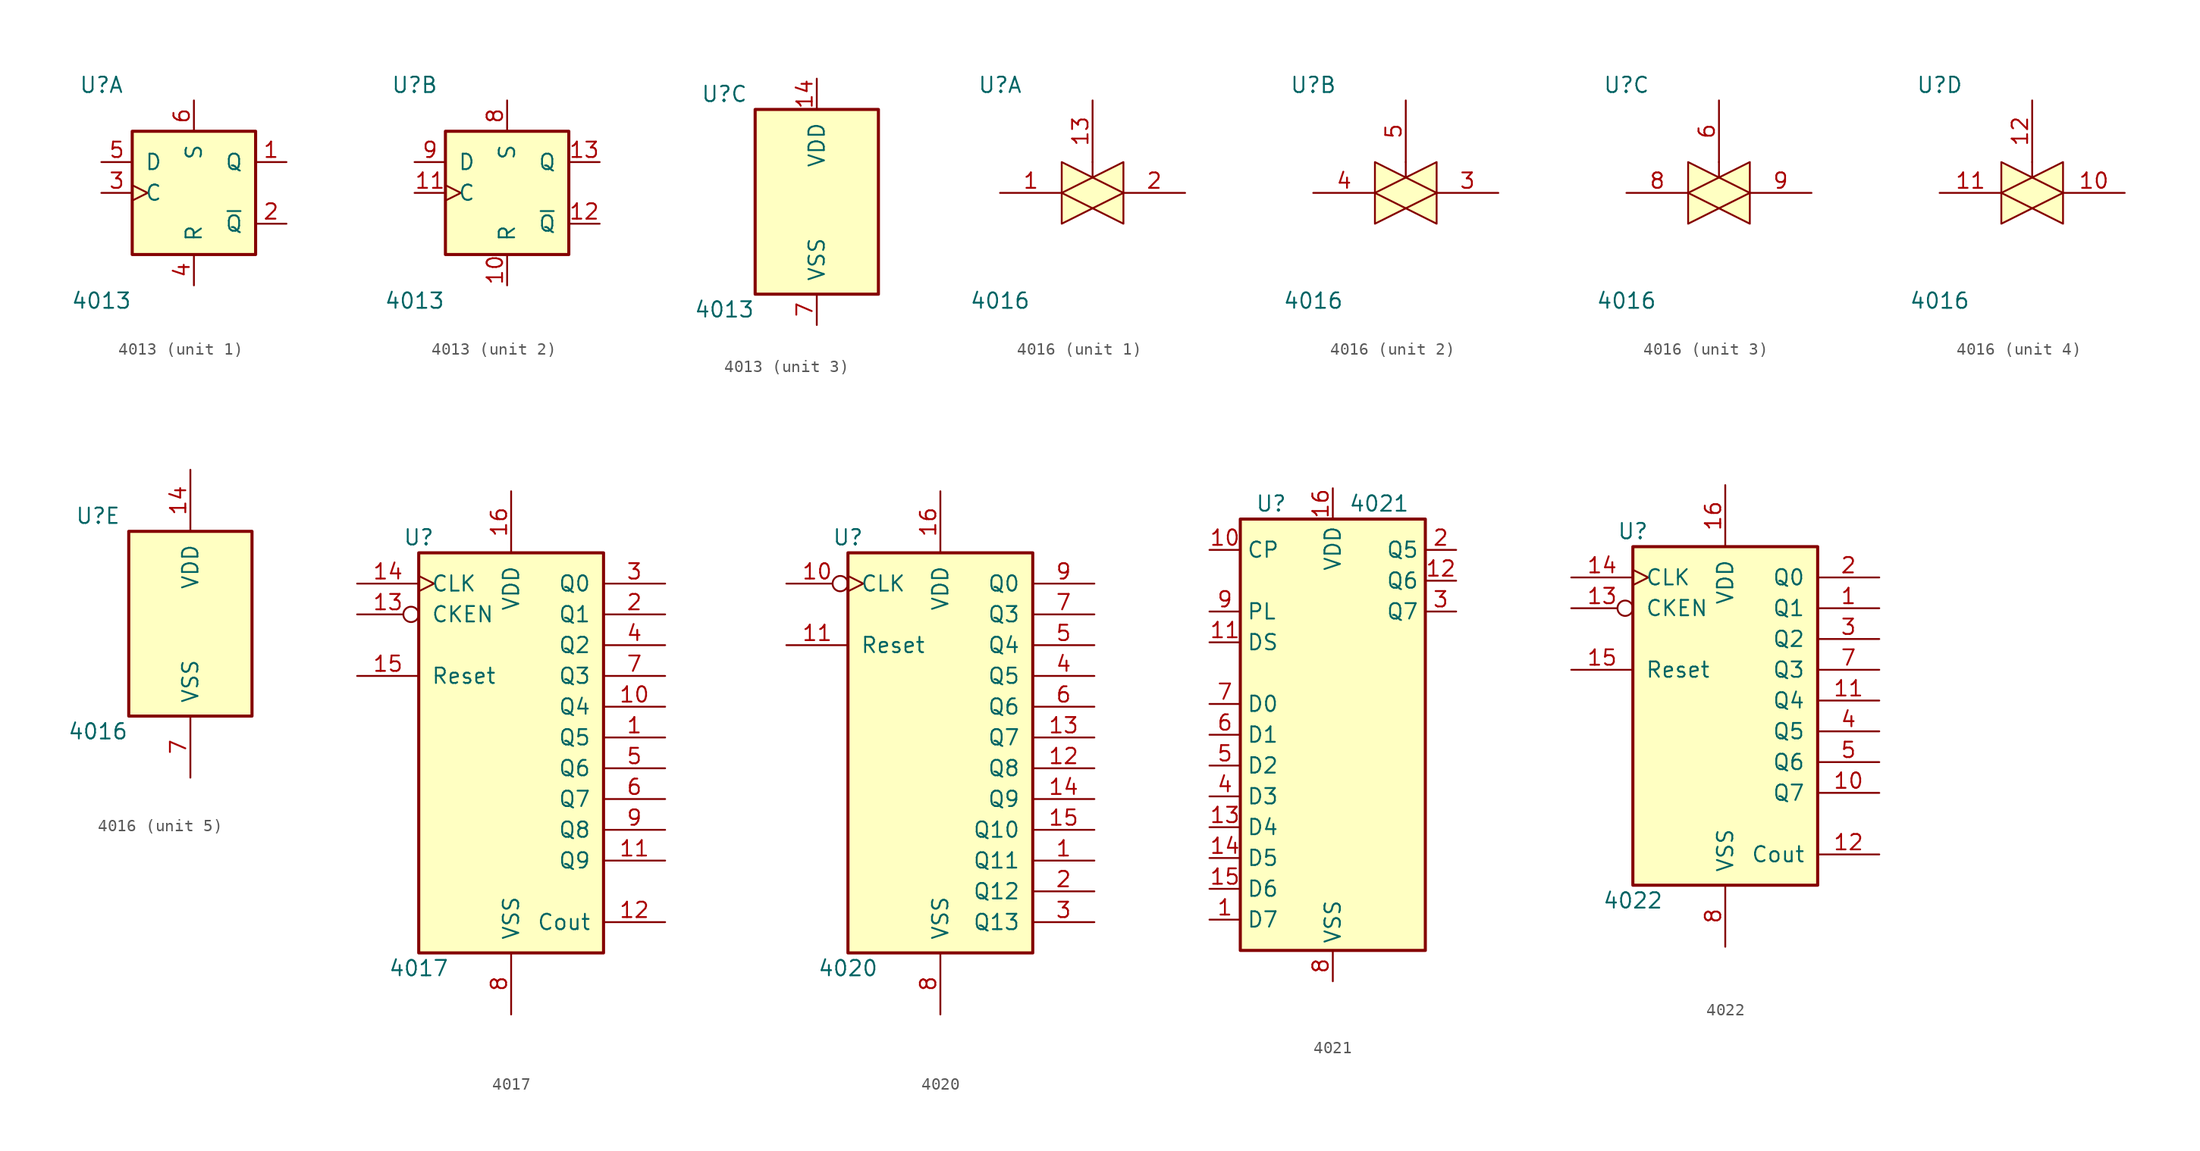
<source format=kicad_sym>
(kicad_symbol_lib
  (version 20241209)
  (generator "kicad_symbol_editor")
  (generator_version "9.0")
  (symbol "4013"
    (pin_names
      (offset 1.016))
    (property "Reference" "U"
      (at -7.62 8.89 0)
      (effects (font (size 1.27 1.27))))
    (property "Value" "4013"
      (at -7.62 -8.89 0)
      (effects (font (size 1.27 1.27))))
    (property "ki_locked" ""
      (at 0 0 0)
      (effects (font (size 1.27 1.27))))
    (symbol "4013_1_1"
      (rectangle (start -5.08 5.08) (end 5.08 -5.08) (stroke (width 0.254) (type default)) (fill (type background)))
      (pin input line (at -7.62 2.54 0) (length 2.54) (name "D" (effects (font (size 1.27 1.27)))) (number "5" (effects (font (size 1.27 1.27)))))
      (pin input clock (at -7.62 0 0) (length 2.54) (name "C" (effects (font (size 1.27 1.27)))) (number "3" (effects (font (size 1.27 1.27)))))
      (pin input line (at 0 7.62 270) (length 2.54) (name "S" (effects (font (size 1.27 1.27)))) (number "6" (effects (font (size 1.27 1.27)))))
      (pin input line (at 0 -7.62 90) (length 2.54) (name "R" (effects (font (size 1.27 1.27)))) (number "4" (effects (font (size 1.27 1.27)))))
      (pin output line (at 7.62 2.54 180) (length 2.54) (name "Q" (effects (font (size 1.27 1.27)))) (number "1" (effects (font (size 1.27 1.27)))))
      (pin output line (at 7.62 -2.54 180) (length 2.54) (name "~{Q}" (effects (font (size 1.27 1.27)))) (number "2" (effects (font (size 1.27 1.27))))))
    (symbol "4013_2_1"
      (rectangle (start -5.08 5.08) (end 5.08 -5.08) (stroke (width 0.254) (type default)) (fill (type background)))
      (pin input line (at -7.62 2.54 0) (length 2.54) (name "D" (effects (font (size 1.27 1.27)))) (number "9" (effects (font (size 1.27 1.27)))))
      (pin input clock (at -7.62 0 0) (length 2.54) (name "C" (effects (font (size 1.27 1.27)))) (number "11" (effects (font (size 1.27 1.27)))))
      (pin input line (at 0 7.62 270) (length 2.54) (name "S" (effects (font (size 1.27 1.27)))) (number "8" (effects (font (size 1.27 1.27)))))
      (pin input line (at 0 -7.62 90) (length 2.54) (name "R" (effects (font (size 1.27 1.27)))) (number "10" (effects (font (size 1.27 1.27)))))
      (pin output line (at 7.62 2.54 180) (length 2.54) (name "Q" (effects (font (size 1.27 1.27)))) (number "13" (effects (font (size 1.27 1.27)))))
      (pin output line (at 7.62 -2.54 180) (length 2.54) (name "~{Q}" (effects (font (size 1.27 1.27)))) (number "12" (effects (font (size 1.27 1.27))))))
    (symbol "4013_3_0"
      (pin power_in line (at 0 10.16 270) (length 2.54) (name "VDD" (effects (font (size 1.27 1.27)))) (number "14" (effects (font (size 1.27 1.27)))))
      (pin power_in line (at 0 -10.16 90) (length 2.54) (name "VSS" (effects (font (size 1.27 1.27)))) (number "7" (effects (font (size 1.27 1.27))))))
    (symbol "4013_3_1"
      (rectangle (start -5.08 7.62) (end 5.08 -7.62) (stroke (width 0.254) (type default)) (fill (type background)))))
  (symbol "4016"
    (pin_names
      (offset 1.016))
    (property "Reference" "U"
      (at -7.62 8.89 0)
      (effects (font (size 1.27 1.27))))
    (property "Value" "4016"
      (at -7.62 -8.89 0)
      (effects (font (size 1.27 1.27))))
    (property "ki_locked" ""
      (at 0 0 0)
      (effects (font (size 1.27 1.27))))
    (symbol "4016_1_0"
      (polyline (pts (xy -2.54 2.54) (xy 2.54 0) (xy -2.54 -2.54) (xy -2.54 2.54)) (stroke (width 0) (type default)) (fill (type background)))
      (polyline (pts (xy -2.54 0) (xy 2.54 2.54) (xy 2.54 -2.54) (xy -2.54 0)) (stroke (width 0) (type default)) (fill (type background)))
      (polyline (pts (xy 0 1.27) (xy 0 2.54)) (stroke (width 0.152) (type default)) (fill (type none)))
      (pin passive line (at -7.62 0 0) (length 5.08) (name "~" (effects (font (size 1.27 1.27)))) (number "1" (effects (font (size 1.27 1.27)))))
      (pin input line (at 0 7.62 270) (length 5.08) (name "~" (effects (font (size 1.27 1.27)))) (number "13" (effects (font (size 1.27 1.27)))))
      (pin passive line (at 7.62 0 180) (length 5.08) (name "~" (effects (font (size 1.27 1.27)))) (number "2" (effects (font (size 1.27 1.27))))))
    (symbol "4016_2_0"
      (polyline (pts (xy -2.54 2.54) (xy 2.54 0) (xy -2.54 -2.54) (xy -2.54 2.54)) (stroke (width 0) (type default)) (fill (type background)))
      (polyline (pts (xy -2.54 0) (xy 2.54 2.54) (xy 2.54 -2.54) (xy -2.54 0)) (stroke (width 0) (type default)) (fill (type background)))
      (polyline (pts (xy 0 1.27) (xy 0 2.54)) (stroke (width 0.152) (type default)) (fill (type none)))
      (pin passive line (at -7.62 0 0) (length 5.08) (name "~" (effects (font (size 1.27 1.27)))) (number "4" (effects (font (size 1.27 1.27)))))
      (pin input line (at 0 7.62 270) (length 5.08) (name "~" (effects (font (size 1.27 1.27)))) (number "5" (effects (font (size 1.27 1.27)))))
      (pin passive line (at 7.62 0 180) (length 5.08) (name "~" (effects (font (size 1.27 1.27)))) (number "3" (effects (font (size 1.27 1.27))))))
    (symbol "4016_3_0"
      (polyline (pts (xy -2.54 2.54) (xy 2.54 0) (xy -2.54 -2.54) (xy -2.54 2.54)) (stroke (width 0) (type default)) (fill (type background)))
      (polyline (pts (xy -2.54 0) (xy 2.54 2.54) (xy 2.54 -2.54) (xy -2.54 0)) (stroke (width 0) (type default)) (fill (type background)))
      (polyline (pts (xy 0 1.27) (xy 0 2.54)) (stroke (width 0.152) (type default)) (fill (type none)))
      (pin passive line (at -7.62 0 0) (length 5.08) (name "~" (effects (font (size 1.27 1.27)))) (number "8" (effects (font (size 1.27 1.27)))))
      (pin input line (at 0 7.62 270) (length 5.08) (name "~" (effects (font (size 1.27 1.27)))) (number "6" (effects (font (size 1.27 1.27)))))
      (pin passive line (at 7.62 0 180) (length 5.08) (name "~" (effects (font (size 1.27 1.27)))) (number "9" (effects (font (size 1.27 1.27))))))
    (symbol "4016_4_0"
      (polyline (pts (xy -2.54 2.54) (xy 2.54 0) (xy -2.54 -2.54) (xy -2.54 2.54)) (stroke (width 0) (type default)) (fill (type background)))
      (polyline (pts (xy -2.54 0) (xy 2.54 2.54) (xy 2.54 -2.54) (xy -2.54 0)) (stroke (width 0) (type default)) (fill (type background)))
      (polyline (pts (xy 0 1.27) (xy 0 2.54)) (stroke (width 0.152) (type default)) (fill (type none)))
      (pin passive line (at -7.62 0 0) (length 5.08) (name "~" (effects (font (size 1.27 1.27)))) (number "11" (effects (font (size 1.27 1.27)))))
      (pin input line (at 0 7.62 270) (length 5.08) (name "~" (effects (font (size 1.27 1.27)))) (number "12" (effects (font (size 1.27 1.27)))))
      (pin passive line (at 7.62 0 180) (length 5.08) (name "~" (effects (font (size 1.27 1.27)))) (number "10" (effects (font (size 1.27 1.27))))))
    (symbol "4016_5_0"
      (pin power_in line (at 0 12.7 270) (length 5.08) (name "VDD" (effects (font (size 1.27 1.27)))) (number "14" (effects (font (size 1.27 1.27)))))
      (pin power_in line (at 0 -12.7 90) (length 5.08) (name "VSS" (effects (font (size 1.27 1.27)))) (number "7" (effects (font (size 1.27 1.27))))))
    (symbol "4016_5_1"
      (rectangle (start -5.08 7.62) (end 5.08 -7.62) (stroke (width 0.254) (type default)) (fill (type background)))))
  (symbol "4017"
    (pin_names
      (offset 1.016))
    (property "Reference" "U"
      (at -7.62 16.51 0)
      (effects (font (size 1.27 1.27))))
    (property "Value" "4017"
      (at -7.62 -19.05 0)
      (effects (font (size 1.27 1.27))))
    (property "ki_locked" ""
      (at 0 0 0)
      (effects (font (size 1.27 1.27))))
    (symbol "4017_1_0"
      (pin input clock (at -12.7 12.7 0) (length 5.08) (name "CLK" (effects (font (size 1.27 1.27)))) (number "14" (effects (font (size 1.27 1.27)))))
      (pin input inverted (at -12.7 10.16 0) (length 5.08) (name "CKEN" (effects (font (size 1.27 1.27)))) (number "13" (effects (font (size 1.27 1.27)))))
      (pin input line (at -12.7 5.08 0) (length 5.08) (name "Reset" (effects (font (size 1.27 1.27)))) (number "15" (effects (font (size 1.27 1.27)))))
      (pin power_in line (at 0 20.32 270) (length 5.08) (name "VDD" (effects (font (size 1.27 1.27)))) (number "16" (effects (font (size 1.27 1.27)))))
      (pin power_in line (at 0 -22.86 90) (length 5.08) (name "VSS" (effects (font (size 1.27 1.27)))) (number "8" (effects (font (size 1.27 1.27)))))
      (pin output line (at 12.7 12.7 180) (length 5.08) (name "Q0" (effects (font (size 1.27 1.27)))) (number "3" (effects (font (size 1.27 1.27)))))
      (pin output line (at 12.7 10.16 180) (length 5.08) (name "Q1" (effects (font (size 1.27 1.27)))) (number "2" (effects (font (size 1.27 1.27)))))
      (pin output line (at 12.7 7.62 180) (length 5.08) (name "Q2" (effects (font (size 1.27 1.27)))) (number "4" (effects (font (size 1.27 1.27)))))
      (pin output line (at 12.7 5.08 180) (length 5.08) (name "Q3" (effects (font (size 1.27 1.27)))) (number "7" (effects (font (size 1.27 1.27)))))
      (pin output line (at 12.7 2.54 180) (length 5.08) (name "Q4" (effects (font (size 1.27 1.27)))) (number "10" (effects (font (size 1.27 1.27)))))
      (pin output line (at 12.7 0 180) (length 5.08) (name "Q5" (effects (font (size 1.27 1.27)))) (number "1" (effects (font (size 1.27 1.27)))))
      (pin output line (at 12.7 -2.54 180) (length 5.08) (name "Q6" (effects (font (size 1.27 1.27)))) (number "5" (effects (font (size 1.27 1.27)))))
      (pin output line (at 12.7 -5.08 180) (length 5.08) (name "Q7" (effects (font (size 1.27 1.27)))) (number "6" (effects (font (size 1.27 1.27)))))
      (pin output line (at 12.7 -7.62 180) (length 5.08) (name "Q8" (effects (font (size 1.27 1.27)))) (number "9" (effects (font (size 1.27 1.27)))))
      (pin output line (at 12.7 -10.16 180) (length 5.08) (name "Q9" (effects (font (size 1.27 1.27)))) (number "11" (effects (font (size 1.27 1.27)))))
      (pin output line (at 12.7 -15.24 180) (length 5.08) (name "Cout" (effects (font (size 1.27 1.27)))) (number "12" (effects (font (size 1.27 1.27))))))
    (symbol "4017_1_1"
      (rectangle (start -7.62 15.24) (end 7.62 -17.78) (stroke (width 0.254) (type default)) (fill (type background)))))
  (symbol "4020"
    (pin_names
      (offset 1.016))
    (property "Reference" "U"
      (at -7.62 16.51 0)
      (effects (font (size 1.27 1.27))))
    (property "Value" "4020"
      (at -7.62 -19.05 0)
      (effects (font (size 1.27 1.27))))
    (property "ki_locked" ""
      (at 0 0 0)
      (effects (font (size 1.27 1.27))))
    (symbol "4020_1_0"
      (pin input inverted_clock (at -12.7 12.7 0) (length 5.08) (name "CLK" (effects (font (size 1.27 1.27)))) (number "10" (effects (font (size 1.27 1.27)))))
      (pin input line (at -12.7 7.62 0) (length 5.08) (name "Reset" (effects (font (size 1.27 1.27)))) (number "11" (effects (font (size 1.27 1.27)))))
      (pin power_in line (at 0 20.32 270) (length 5.08) (name "VDD" (effects (font (size 1.27 1.27)))) (number "16" (effects (font (size 1.27 1.27)))))
      (pin power_in line (at 0 -22.86 90) (length 5.08) (name "VSS" (effects (font (size 1.27 1.27)))) (number "8" (effects (font (size 1.27 1.27)))))
      (pin output line (at 12.7 12.7 180) (length 5.08) (name "Q0" (effects (font (size 1.27 1.27)))) (number "9" (effects (font (size 1.27 1.27)))))
      (pin output line (at 12.7 10.16 180) (length 5.08) (name "Q3" (effects (font (size 1.27 1.27)))) (number "7" (effects (font (size 1.27 1.27)))))
      (pin output line (at 12.7 7.62 180) (length 5.08) (name "Q4" (effects (font (size 1.27 1.27)))) (number "5" (effects (font (size 1.27 1.27)))))
      (pin output line (at 12.7 5.08 180) (length 5.08) (name "Q5" (effects (font (size 1.27 1.27)))) (number "4" (effects (font (size 1.27 1.27)))))
      (pin output line (at 12.7 2.54 180) (length 5.08) (name "Q6" (effects (font (size 1.27 1.27)))) (number "6" (effects (font (size 1.27 1.27)))))
      (pin output line (at 12.7 0 180) (length 5.08) (name "Q7" (effects (font (size 1.27 1.27)))) (number "13" (effects (font (size 1.27 1.27)))))
      (pin output line (at 12.7 -2.54 180) (length 5.08) (name "Q8" (effects (font (size 1.27 1.27)))) (number "12" (effects (font (size 1.27 1.27)))))
      (pin output line (at 12.7 -5.08 180) (length 5.08) (name "Q9" (effects (font (size 1.27 1.27)))) (number "14" (effects (font (size 1.27 1.27)))))
      (pin output line (at 12.7 -7.62 180) (length 5.08) (name "Q10" (effects (font (size 1.27 1.27)))) (number "15" (effects (font (size 1.27 1.27)))))
      (pin output line (at 12.7 -10.16 180) (length 5.08) (name "Q11" (effects (font (size 1.27 1.27)))) (number "1" (effects (font (size 1.27 1.27)))))
      (pin output line (at 12.7 -12.7 180) (length 5.08) (name "Q12" (effects (font (size 1.27 1.27)))) (number "2" (effects (font (size 1.27 1.27)))))
      (pin output line (at 12.7 -15.24 180) (length 5.08) (name "Q13" (effects (font (size 1.27 1.27)))) (number "3" (effects (font (size 1.27 1.27))))))
    (symbol "4020_1_1"
      (rectangle (start -7.62 15.24) (end 7.62 -17.78) (stroke (width 0.254) (type default)) (fill (type background)))))
  (symbol "4021"
    (property "Reference" "U"
      (at -5.08 19.05 0)
      (effects (font (size 1.27 1.27))))
    (property "Value" "4021"
      (at 3.81 19.05 0)
      (effects (font (size 1.27 1.27))))
    (symbol "4021_0_1"
      (rectangle (start -7.62 17.78) (end 7.62 -17.78) (stroke (width 0.254) (type default)) (fill (type background))))
    (symbol "4021_1_1"
      (pin input line (at -10.16 15.24 0) (length 2.54) (name "CP" (effects (font (size 1.27 1.27)))) (number "10" (effects (font (size 1.27 1.27)))))
      (pin input line (at -10.16 10.16 0) (length 2.54) (name "PL" (effects (font (size 1.27 1.27)))) (number "9" (effects (font (size 1.27 1.27)))))
      (pin input line (at -10.16 7.62 0) (length 2.54) (name "DS" (effects (font (size 1.27 1.27)))) (number "11" (effects (font (size 1.27 1.27)))))
      (pin input line (at -10.16 2.54 0) (length 2.54) (name "D0" (effects (font (size 1.27 1.27)))) (number "7" (effects (font (size 1.27 1.27)))))
      (pin input line (at -10.16 0 0) (length 2.54) (name "D1" (effects (font (size 1.27 1.27)))) (number "6" (effects (font (size 1.27 1.27)))))
      (pin input line (at -10.16 -2.54 0) (length 2.54) (name "D2" (effects (font (size 1.27 1.27)))) (number "5" (effects (font (size 1.27 1.27)))))
      (pin input line (at -10.16 -5.08 0) (length 2.54) (name "D3" (effects (font (size 1.27 1.27)))) (number "4" (effects (font (size 1.27 1.27)))))
      (pin input line (at -10.16 -7.62 0) (length 2.54) (name "D4" (effects (font (size 1.27 1.27)))) (number "13" (effects (font (size 1.27 1.27)))))
      (pin input line (at -10.16 -10.16 0) (length 2.54) (name "D5" (effects (font (size 1.27 1.27)))) (number "14" (effects (font (size 1.27 1.27)))))
      (pin input line (at -10.16 -12.7 0) (length 2.54) (name "D6" (effects (font (size 1.27 1.27)))) (number "15" (effects (font (size 1.27 1.27)))))
      (pin input line (at -10.16 -15.24 0) (length 2.54) (name "D7" (effects (font (size 1.27 1.27)))) (number "1" (effects (font (size 1.27 1.27)))))
      (pin power_in line (at 0 20.32 270) (length 2.54) (name "VDD" (effects (font (size 1.27 1.27)))) (number "16" (effects (font (size 1.27 1.27)))))
      (pin power_in line (at 0 -20.32 90) (length 2.54) (name "VSS" (effects (font (size 1.27 1.27)))) (number "8" (effects (font (size 1.27 1.27)))))
      (pin output line (at 10.16 15.24 180) (length 2.54) (name "Q5" (effects (font (size 1.27 1.27)))) (number "2" (effects (font (size 1.27 1.27)))))
      (pin output line (at 10.16 12.7 180) (length 2.54) (name "Q6" (effects (font (size 1.27 1.27)))) (number "12" (effects (font (size 1.27 1.27)))))
      (pin output line (at 10.16 10.16 180) (length 2.54) (name "Q7" (effects (font (size 1.27 1.27)))) (number "3" (effects (font (size 1.27 1.27)))))))
  (symbol "4022"
    (pin_names
      (offset 1.016))
    (property "Reference" "U"
      (at -7.62 13.97 0)
      (effects (font (size 1.27 1.27))))
    (property "Value" "4022"
      (at -7.62 -16.51 0)
      (effects (font (size 1.27 1.27))))
    (property "ki_locked" ""
      (at 0 0 0)
      (effects (font (size 1.27 1.27))))
    (symbol "4022_1_0"
      (pin input clock (at -12.7 10.16 0) (length 5.08) (name "CLK" (effects (font (size 1.27 1.27)))) (number "14" (effects (font (size 1.27 1.27)))))
      (pin input inverted (at -12.7 7.62 0) (length 5.08) (name "CKEN" (effects (font (size 1.27 1.27)))) (number "13" (effects (font (size 1.27 1.27)))))
      (pin input line (at -12.7 2.54 0) (length 5.08) (name "Reset" (effects (font (size 1.27 1.27)))) (number "15" (effects (font (size 1.27 1.27)))))
      (pin no_connect line (at -12.7 -5.08 0) (length 5.08) (hide yes) (name "NC" (effects (font (size 1.27 1.27)))) (number "6" (effects (font (size 1.27 1.27)))))
      (pin no_connect line (at -12.7 -7.62 0) (length 5.08) (hide yes) (name "NC" (effects (font (size 1.27 1.27)))) (number "9" (effects (font (size 1.27 1.27)))))
      (pin power_in line (at 0 17.78 270) (length 5.08) (name "VDD" (effects (font (size 1.27 1.27)))) (number "16" (effects (font (size 1.27 1.27)))))
      (pin power_in line (at 0 -20.32 90) (length 5.08) (name "VSS" (effects (font (size 1.27 1.27)))) (number "8" (effects (font (size 1.27 1.27)))))
      (pin output line (at 12.7 10.16 180) (length 5.08) (name "Q0" (effects (font (size 1.27 1.27)))) (number "2" (effects (font (size 1.27 1.27)))))
      (pin output line (at 12.7 7.62 180) (length 5.08) (name "Q1" (effects (font (size 1.27 1.27)))) (number "1" (effects (font (size 1.27 1.27)))))
      (pin output line (at 12.7 5.08 180) (length 5.08) (name "Q2" (effects (font (size 1.27 1.27)))) (number "3" (effects (font (size 1.27 1.27)))))
      (pin output line (at 12.7 2.54 180) (length 5.08) (name "Q3" (effects (font (size 1.27 1.27)))) (number "7" (effects (font (size 1.27 1.27)))))
      (pin output line (at 12.7 0 180) (length 5.08) (name "Q4" (effects (font (size 1.27 1.27)))) (number "11" (effects (font (size 1.27 1.27)))))
      (pin output line (at 12.7 -2.54 180) (length 5.08) (name "Q5" (effects (font (size 1.27 1.27)))) (number "4" (effects (font (size 1.27 1.27)))))
      (pin output line (at 12.7 -5.08 180) (length 5.08) (name "Q6" (effects (font (size 1.27 1.27)))) (number "5" (effects (font (size 1.27 1.27)))))
      (pin output line (at 12.7 -7.62 180) (length 5.08) (name "Q7" (effects (font (size 1.27 1.27)))) (number "10" (effects (font (size 1.27 1.27)))))
      (pin output line (at 12.7 -12.7 180) (length 5.08) (name "Cout" (effects (font (size 1.27 1.27)))) (number "12" (effects (font (size 1.27 1.27))))))
    (symbol "4022_1_1"
      (rectangle (start -7.62 12.7) (end 7.62 -15.24) (stroke (width 0.254) (type default)) (fill (type background))))))
</source>
